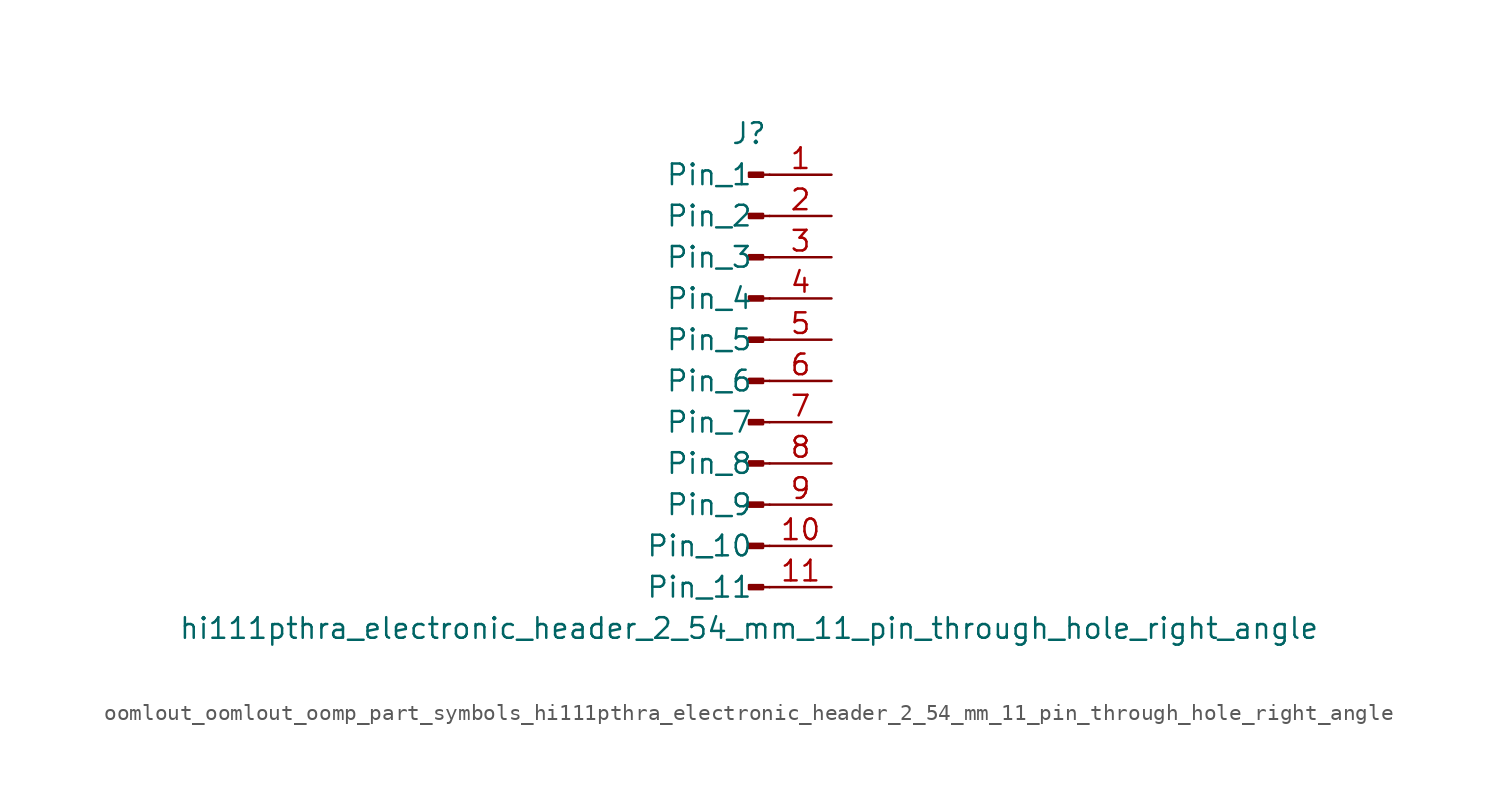
<source format=kicad_sym>
(kicad_symbol_lib
  (version 20220914)
  (generator kicad_symbol_editor)
  (symbol "oomlout_oomlout_oomp_part_symbols_hi111pthra_electronic_header_2_54_mm_11_pin_through_hole_right_angle"
    (pin_names
      (offset 1.016))
    (property "Reference" "J"
      (at 0 15.24 0)
      (effects (font (size 1.27 1.27))))
    (property "Value" "hi111pthra_electronic_header_2_54_mm_11_pin_through_hole_right_angle"
      (at 0 -15.24 0)
      (effects (font (size 1.27 1.27))))
    (property "ki_locked" ""
      (at 0 0 0)
      (effects (font (size 1.27 1.27))))
    (symbol "oomlout_oomlout_oomp_part_symbols_hi111pthra_electronic_header_2_54_mm_11_pin_through_hole_right_angle_1_1"
      (polyline (pts (xy 1.27 -12.7) (xy 0.864 -12.7)) (stroke (width 0.152) (type default)) (fill (type none)))
      (polyline (pts (xy 1.27 -10.16) (xy 0.864 -10.16)) (stroke (width 0.152) (type default)) (fill (type none)))
      (polyline (pts (xy 1.27 -7.62) (xy 0.864 -7.62)) (stroke (width 0.152) (type default)) (fill (type none)))
      (polyline (pts (xy 1.27 -5.08) (xy 0.864 -5.08)) (stroke (width 0.152) (type default)) (fill (type none)))
      (polyline (pts (xy 1.27 -2.54) (xy 0.864 -2.54)) (stroke (width 0.152) (type default)) (fill (type none)))
      (polyline (pts (xy 1.27 0) (xy 0.864 0)) (stroke (width 0.152) (type default)) (fill (type none)))
      (polyline (pts (xy 1.27 2.54) (xy 0.864 2.54)) (stroke (width 0.152) (type default)) (fill (type none)))
      (polyline (pts (xy 1.27 5.08) (xy 0.864 5.08)) (stroke (width 0.152) (type default)) (fill (type none)))
      (polyline (pts (xy 1.27 7.62) (xy 0.864 7.62)) (stroke (width 0.152) (type default)) (fill (type none)))
      (polyline (pts (xy 1.27 10.16) (xy 0.864 10.16)) (stroke (width 0.152) (type default)) (fill (type none)))
      (polyline (pts (xy 1.27 12.7) (xy 0.864 12.7)) (stroke (width 0.152) (type default)) (fill (type none)))
      (rectangle (start 0.864 -12.573) (end 0 -12.827) (stroke (width 0.152) (type default)) (fill (type outline)))
      (rectangle (start 0.864 -10.033) (end 0 -10.287) (stroke (width 0.152) (type default)) (fill (type outline)))
      (rectangle (start 0.864 -7.493) (end 0 -7.747) (stroke (width 0.152) (type default)) (fill (type outline)))
      (rectangle (start 0.864 -4.953) (end 0 -5.207) (stroke (width 0.152) (type default)) (fill (type outline)))
      (rectangle (start 0.864 -2.413) (end 0 -2.667) (stroke (width 0.152) (type default)) (fill (type outline)))
      (rectangle (start 0.864 0.127) (end 0 -0.127) (stroke (width 0.152) (type default)) (fill (type outline)))
      (rectangle (start 0.864 2.667) (end 0 2.413) (stroke (width 0.152) (type default)) (fill (type outline)))
      (rectangle (start 0.864 5.207) (end 0 4.953) (stroke (width 0.152) (type default)) (fill (type outline)))
      (rectangle (start 0.864 7.747) (end 0 7.493) (stroke (width 0.152) (type default)) (fill (type outline)))
      (rectangle (start 0.864 10.287) (end 0 10.033) (stroke (width 0.152) (type default)) (fill (type outline)))
      (rectangle (start 0.864 12.827) (end 0 12.573) (stroke (width 0.152) (type default)) (fill (type outline)))
      (pin passive line (at 5.08 12.7 180) (length 3.81) (name "Pin_1" (effects (font (size 1.27 1.27)))) (number "1" (effects (font (size 1.27 1.27)))))
      (pin passive line (at 5.08 -10.16 180) (length 3.81) (name "Pin_10" (effects (font (size 1.27 1.27)))) (number "10" (effects (font (size 1.27 1.27)))))
      (pin passive line (at 5.08 -12.7 180) (length 3.81) (name "Pin_11" (effects (font (size 1.27 1.27)))) (number "11" (effects (font (size 1.27 1.27)))))
      (pin passive line (at 5.08 10.16 180) (length 3.81) (name "Pin_2" (effects (font (size 1.27 1.27)))) (number "2" (effects (font (size 1.27 1.27)))))
      (pin passive line (at 5.08 7.62 180) (length 3.81) (name "Pin_3" (effects (font (size 1.27 1.27)))) (number "3" (effects (font (size 1.27 1.27)))))
      (pin passive line (at 5.08 5.08 180) (length 3.81) (name "Pin_4" (effects (font (size 1.27 1.27)))) (number "4" (effects (font (size 1.27 1.27)))))
      (pin passive line (at 5.08 2.54 180) (length 3.81) (name "Pin_5" (effects (font (size 1.27 1.27)))) (number "5" (effects (font (size 1.27 1.27)))))
      (pin passive line (at 5.08 0 180) (length 3.81) (name "Pin_6" (effects (font (size 1.27 1.27)))) (number "6" (effects (font (size 1.27 1.27)))))
      (pin passive line (at 5.08 -2.54 180) (length 3.81) (name "Pin_7" (effects (font (size 1.27 1.27)))) (number "7" (effects (font (size 1.27 1.27)))))
      (pin passive line (at 5.08 -5.08 180) (length 3.81) (name "Pin_8" (effects (font (size 1.27 1.27)))) (number "8" (effects (font (size 1.27 1.27)))))
      (pin passive line (at 5.08 -7.62 180) (length 3.81) (name "Pin_9" (effects (font (size 1.27 1.27)))) (number "9" (effects (font (size 1.27 1.27))))))))
</source>
